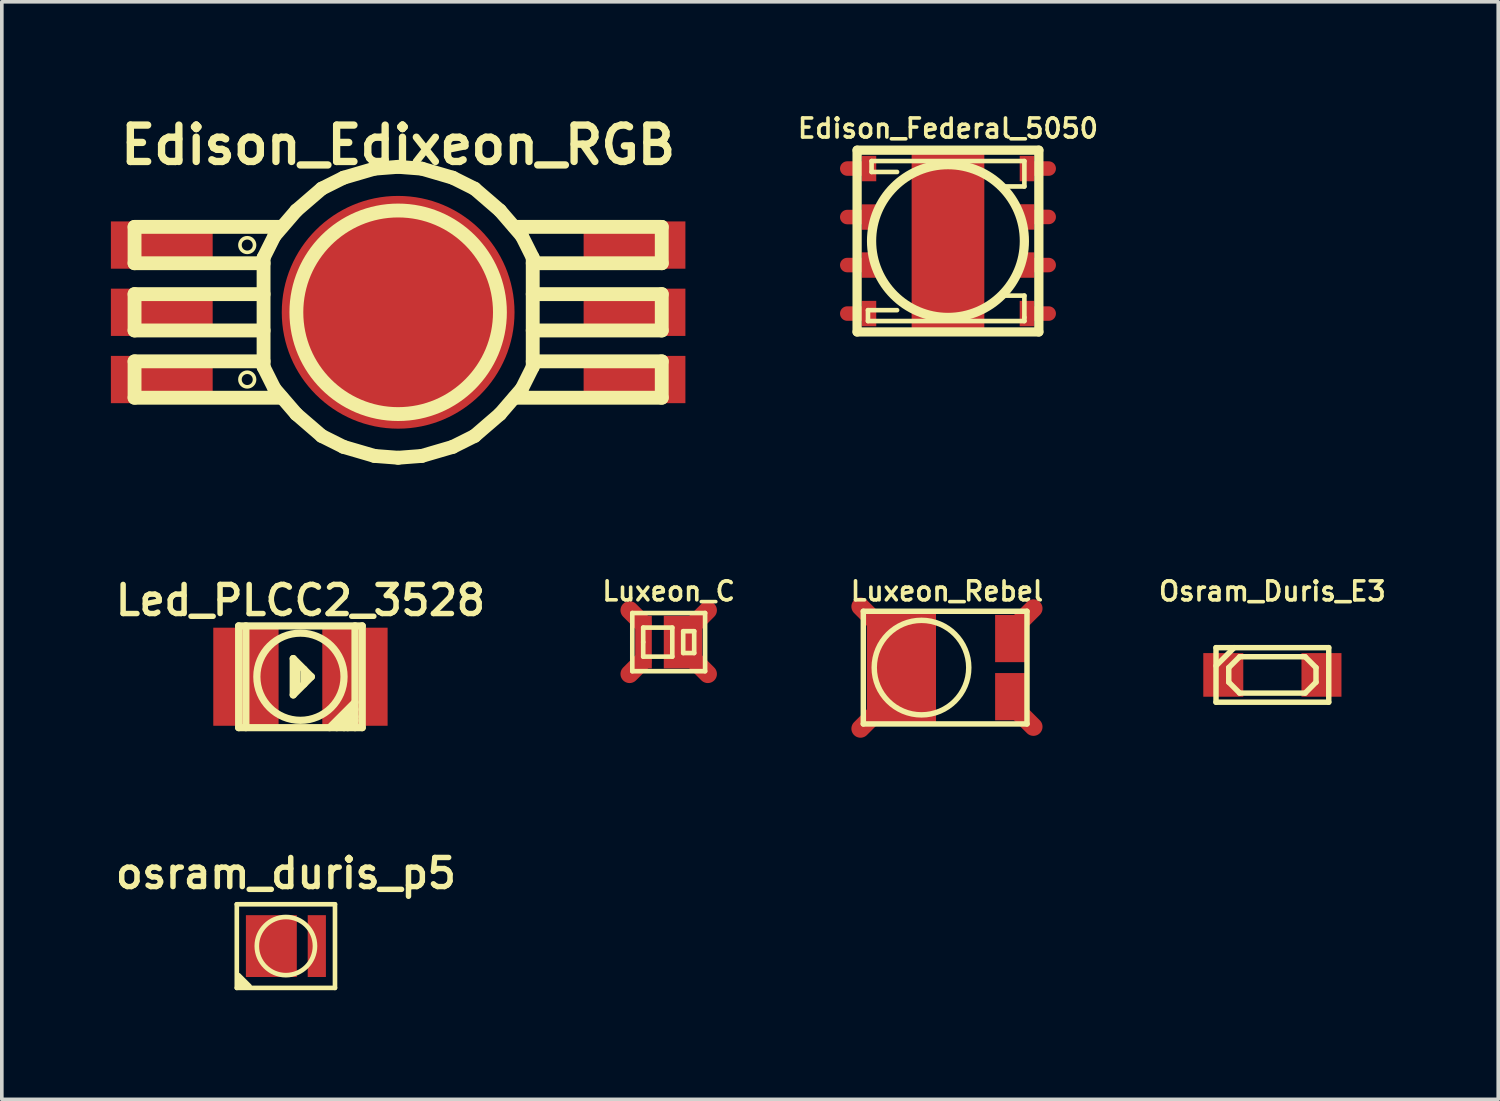
<source format=kicad_pcb>
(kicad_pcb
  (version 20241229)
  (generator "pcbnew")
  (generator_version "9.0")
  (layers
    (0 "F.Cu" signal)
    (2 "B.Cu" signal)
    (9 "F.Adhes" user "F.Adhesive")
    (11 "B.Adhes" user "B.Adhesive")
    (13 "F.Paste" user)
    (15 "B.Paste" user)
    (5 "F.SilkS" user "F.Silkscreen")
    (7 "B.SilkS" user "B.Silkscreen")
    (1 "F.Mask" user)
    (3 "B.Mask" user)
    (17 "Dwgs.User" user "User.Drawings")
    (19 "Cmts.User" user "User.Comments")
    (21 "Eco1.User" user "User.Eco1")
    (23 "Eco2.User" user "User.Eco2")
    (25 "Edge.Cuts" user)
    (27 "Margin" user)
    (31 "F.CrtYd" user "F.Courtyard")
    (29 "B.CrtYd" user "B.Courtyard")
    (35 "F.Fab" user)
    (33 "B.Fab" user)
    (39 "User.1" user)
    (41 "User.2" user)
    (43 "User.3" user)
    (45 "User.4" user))
  (footprint "Osram_Duris_E3"
    (layer "F.Cu")
    (at 31.94 15.51)
    (property "Reference" "Osram_Duris_E3" (at 0 -2.301 0) (layer "F.SilkS") (effects (font (size 0.523 0.523) (thickness 0.099))))
    (attr through_hole)
    (fp_line (start -1.55 -0.75) (end -1.55 0.75) (stroke (width 0.15) (type solid)) (layer "F.SilkS"))
    (fp_line (start -1.55 -0.25) (end -1.05 -0.75) (stroke (width 0.15) (type solid)) (layer "F.SilkS"))
    (fp_line (start -1.55 0.75) (end 1.55 0.75) (stroke (width 0.15) (type solid)) (layer "F.SilkS"))
    (fp_line (start -1.2 -0.2) (end -0.9 -0.5) (stroke (width 0.15) (type solid)) (layer "F.SilkS"))
    (fp_line (start -1.2 0.2) (end -1.2 -0.2) (stroke (width 0.15) (type solid)) (layer "F.SilkS"))
    (fp_line (start -0.9 -0.5) (end 0.9 -0.5) (stroke (width 0.15) (type solid)) (layer "F.SilkS"))
    (fp_line (start -0.9 0.5) (end -1.2 0.2) (stroke (width 0.15) (type solid)) (layer "F.SilkS"))
    (fp_line (start 0.9 -0.5) (end 1.2 -0.2) (stroke (width 0.15) (type solid)) (layer "F.SilkS"))
    (fp_line (start 0.9 0.5) (end -0.9 0.5) (stroke (width 0.15) (type solid)) (layer "F.SilkS"))
    (fp_line (start 1.2 -0.2) (end 1.2 0.2) (stroke (width 0.15) (type solid)) (layer "F.SilkS"))
    (fp_line (start 1.2 0.2) (end 0.9 0.5) (stroke (width 0.15) (type solid)) (layer "F.SilkS"))
    (fp_line (start 1.55 -0.75) (end -1.55 -0.75) (stroke (width 0.15) (type solid)) (layer "F.SilkS"))
    (fp_line (start 1.55 0.75) (end 1.55 -0.75) (stroke (width 0.15) (type solid)) (layer "F.SilkS"))
    (pad "1" smd rect (at 1.35 0) (size 1.1 1.2) (layers "F.Cu" "F.Mask" "F.Paste"))
    (pad "2" smd rect (at -1.35 0) (size 1.1 1.2) (layers "F.Cu" "F.Mask" "F.Paste")))
  (footprint "Led_PLCC2_3528"
    (layer "F.Cu")
    (at 5.212 15.56)
    (property "Reference" "Led_PLCC2_3528" (at 0 -2.101 0) (layer "F.SilkS") (effects (font (size 0.8 0.8) (thickness 0.15))))
    (attr through_hole)
    (fp_line (start -1.699 -1.4) (end -1.699 1.4) (stroke (width 0.198) (type solid)) (layer "F.SilkS"))
    (fp_line (start -1.699 1.4) (end 1.699 1.4) (stroke (width 0.198) (type solid)) (layer "F.SilkS"))
    (fp_line (start -1.501 -1.4) (end -1.501 1.4) (stroke (width 0.198) (type solid)) (layer "F.SilkS"))
    (fp_line (start -0.198 -0.5) (end -0.198 0.5) (stroke (width 0.198) (type solid)) (layer "F.SilkS"))
    (fp_line (start -0.198 0.5) (end 0.3 0) (stroke (width 0.198) (type solid)) (layer "F.SilkS"))
    (fp_line (start -0.099 0.3) (end -0.099 -0.3) (stroke (width 0.198) (type solid)) (layer "F.SilkS"))
    (fp_line (start 0.099 0.201) (end 0.099 -0.201) (stroke (width 0.198) (type solid)) (layer "F.SilkS"))
    (fp_line (start 0.3 0) (end -0.198 -0.5) (stroke (width 0.198) (type solid)) (layer "F.SilkS"))
    (fp_line (start 0.8 1.4) (end 1.499 0.701) (stroke (width 0.198) (type solid)) (layer "F.SilkS"))
    (fp_line (start 0.998 1.4) (end 1.499 0.899) (stroke (width 0.198) (type solid)) (layer "F.SilkS"))
    (fp_line (start 1.199 1.4) (end 1.499 1.1) (stroke (width 0.198) (type solid)) (layer "F.SilkS"))
    (fp_line (start 1.499 1.199) (end 1.3 1.4) (stroke (width 0.198) (type solid)) (layer "F.SilkS"))
    (fp_line (start 1.501 1.4) (end 1.501 -1.4) (stroke (width 0.198) (type solid)) (layer "F.SilkS"))
    (fp_line (start 1.699 -1.397) (end -1.699 -1.397) (stroke (width 0.198) (type solid)) (layer "F.SilkS"))
    (fp_line (start 1.699 1.4) (end 1.699 -1.4) (stroke (width 0.198) (type solid)) (layer "F.SilkS"))
    (fp_circle (center 0 0) (end -1.199 0) (stroke (width 0.198) (type solid)) (fill no) (layer "F.SilkS"))
    (pad "1" smd rect (at -1.499 0) (size 1.796 2.697) (layers "F.Cu" "F.Mask" "F.Paste"))
    (pad "2" smd rect (at 1.499 0) (size 1.796 2.697) (layers "F.Cu" "F.Mask" "F.Paste")))
  (footprint "Luxeon_C"
    (layer "F.Cu")
    (at 15.339 14.608)
    (property "Reference" "Luxeon_C" (at 0 -1.4 0) (layer "F.SilkS") (effects (font (size 0.523 0.523) (thickness 0.099))))
    (attr through_hole)
    (fp_line (start -1.001 -0.8) (end 1.001 -0.8) (stroke (width 0.127) (type solid)) (layer "F.SilkS"))
    (fp_line (start -1.001 0.8) (end -1.001 -0.8) (stroke (width 0.127) (type solid)) (layer "F.SilkS"))
    (fp_line (start -0.701 -0.399) (end 0.099 -0.399) (stroke (width 0.127) (type solid)) (layer "F.SilkS"))
    (fp_line (start -0.701 0) (end -0.701 -0.399) (stroke (width 0.127) (type solid)) (layer "F.SilkS"))
    (fp_line (start -0.701 0.399) (end -0.701 0) (stroke (width 0.127) (type solid)) (layer "F.SilkS"))
    (fp_line (start 0.099 -0.399) (end 0.099 0.399) (stroke (width 0.127) (type solid)) (layer "F.SilkS"))
    (fp_line (start 0.099 0.399) (end -0.701 0.399) (stroke (width 0.127) (type solid)) (layer "F.SilkS"))
    (fp_line (start 0.399 -0.3) (end 0.701 -0.3) (stroke (width 0.127) (type solid)) (layer "F.SilkS"))
    (fp_line (start 0.399 0.3) (end 0.399 -0.3) (stroke (width 0.127) (type solid)) (layer "F.SilkS"))
    (fp_line (start 0.701 -0.3) (end 0.701 0.3) (stroke (width 0.127) (type solid)) (layer "F.SilkS"))
    (fp_line (start 0.701 0.3) (end 0.399 0.3) (stroke (width 0.127) (type solid)) (layer "F.SilkS"))
    (fp_line (start 1.001 -0.8) (end 1.001 0.8) (stroke (width 0.127) (type solid)) (layer "F.SilkS"))
    (fp_line (start 1.001 0.8) (end -1.001 0.8) (stroke (width 0.127) (type solid)) (layer "F.SilkS"))
    (pad "1" smd rect (at 0.394 0) (size 1.059 1.448) (layers "F.Cu" "F.Mask" "F.Paste"))
    (pad "1" smd oval (at 0.899 -0.699 315) (size 0.5 1.001) (layers "F.Cu" "F.Mask"))
    (pad "1" smd oval (at 0.899 0.699 45) (size 0.5 1.001) (layers "F.Cu" "F.Mask"))
    (pad "2" smd oval (at -0.899 -0.699 45) (size 0.5 1.001) (layers "F.Cu" "F.Mask"))
    (pad "2" smd oval (at -0.899 0.699 315) (size 0.5 1.001) (layers "F.Cu" "F.Mask"))
    (pad "2" smd rect (at -0.693 0) (size 0.457 1.448) (layers "F.Cu" "F.Mask" "F.Paste")))
  (footprint "Luxeon_Rebel"
    (layer "F.Cu")
    (at 22.291 15.309)
    (property "Reference" "Luxeon_Rebel" (at 0.701 -2.101 0) (layer "F.SilkS") (effects (font (size 0.523 0.523) (thickness 0.099))))
    (attr through_hole)
    (fp_line (start -1.6 -1.549) (end -1.6 1.549) (stroke (width 0.15) (type solid)) (layer "F.SilkS"))
    (fp_line (start -1.6 1.549) (end 2.901 1.549) (stroke (width 0.15) (type solid)) (layer "F.SilkS"))
    (fp_line (start 2.901 -1.549) (end -1.6 -1.549) (stroke (width 0.15) (type solid)) (layer "F.SilkS"))
    (fp_line (start 2.901 1.549) (end 2.901 -1.549) (stroke (width 0.15) (type solid)) (layer "F.SilkS"))
    (fp_circle (center 0 0) (end 0 -1.3) (stroke (width 0.15) (type solid)) (fill no) (layer "F.SilkS"))
    (pad "1" smd rect (at 2.474 -0.8) (size 0.899 1.3) (layers "F.Cu" "F.Mask" "F.Paste"))
    (pad "1" smd oval (at 2.901 -1.45 315) (size 0.5 1.001) (layers "F.Cu" "F.Mask"))
    (pad "2" smd rect (at 2.474 0.8) (size 0.899 1.3) (layers "F.Cu" "F.Mask" "F.Paste"))
    (pad "2" smd oval (at 2.901 1.45 45) (size 0.5 1.001) (layers "F.Cu" "F.Mask"))
    (pad "3" smd oval (at -1.501 -1.501 45) (size 0.5 1.001) (layers "F.Cu" "F.Mask"))
    (pad "3" smd oval (at -1.501 1.501 315) (size 0.5 1.001) (layers "F.Cu" "F.Mask"))
    (pad "3" smd rect (at -0.551 0) (size 1.9 3) (layers "F.Cu" "F.Mask" "F.Paste")))
  (footprint "Edison_Edixeon_RGB"
    (layer "F.Cu")
    (at 7.899 5.538)
    (property "Reference" "Edison_Edixeon_RGB" (at 0 -4.6 0) (layer "F.SilkS") (effects (font (size 1.001 1.001) (thickness 0.201))))
    (attr through_hole)
    (fp_line (start -7.249 -2.349) (end -3.2 -2.349) (stroke (width 0.381) (type solid)) (layer "F.SilkS"))
    (fp_line (start -7.249 -1.349) (end -7.249 -2.349) (stroke (width 0.381) (type solid)) (layer "F.SilkS"))
    (fp_line (start -7.249 -0.5) (end -3.701 -0.5) (stroke (width 0.381) (type solid)) (layer "F.SilkS"))
    (fp_line (start -7.249 0.5) (end -7.249 -0.5) (stroke (width 0.381) (type solid)) (layer "F.SilkS"))
    (fp_line (start -7.249 1.349) (end -7.249 2.349) (stroke (width 0.381) (type solid)) (layer "F.SilkS"))
    (fp_line (start -7.249 2.349) (end -3.2 2.349) (stroke (width 0.381) (type solid)) (layer "F.SilkS"))
    (fp_line (start -3.701 -1.501) (end -3.401 -2.101) (stroke (width 0.381) (type solid)) (layer "F.SilkS"))
    (fp_line (start -3.701 -1.349) (end -7.249 -1.349) (stroke (width 0.381) (type solid)) (layer "F.SilkS"))
    (fp_line (start -3.701 0.5) (end -7.249 0.5) (stroke (width 0.381) (type solid)) (layer "F.SilkS"))
    (fp_line (start -3.701 1.349) (end -7.249 1.349) (stroke (width 0.381) (type solid)) (layer "F.SilkS"))
    (fp_line (start -3.701 1.501) (end -3.701 -1.501) (stroke (width 0.381) (type solid)) (layer "F.SilkS"))
    (fp_line (start -3.701 1.501) (end -3.401 2.101) (stroke (width 0.381) (type solid)) (layer "F.SilkS"))
    (fp_line (start -3.401 -2.101) (end -2.799 -2.799) (stroke (width 0.381) (type solid)) (layer "F.SilkS"))
    (fp_line (start -2.799 -2.799) (end -2.101 -3.401) (stroke (width 0.381) (type solid)) (layer "F.SilkS"))
    (fp_line (start -2.799 2.799) (end -3.401 2.101) (stroke (width 0.381) (type solid)) (layer "F.SilkS"))
    (fp_line (start -2.101 -3.401) (end -1.501 -3.701) (stroke (width 0.381) (type solid)) (layer "F.SilkS"))
    (fp_line (start -2.101 3.401) (end -2.799 2.799) (stroke (width 0.381) (type solid)) (layer "F.SilkS"))
    (fp_line (start -1.501 3.701) (end -2.101 3.401) (stroke (width 0.381) (type solid)) (layer "F.SilkS"))
    (fp_line (start -1.501 3.701) (end -0.65 3.95) (stroke (width 0.381) (type solid)) (layer "F.SilkS"))
    (fp_line (start -0.65 -3.95) (end -1.501 -3.701) (stroke (width 0.381) (type solid)) (layer "F.SilkS"))
    (fp_line (start -0.65 -3.95) (end 0 -4) (stroke (width 0.381) (type solid)) (layer "F.SilkS"))
    (fp_line (start -0.65 3.95) (end 0 4) (stroke (width 0.381) (type solid)) (layer "F.SilkS"))
    (fp_line (start 0 -4) (end 0.65 -3.95) (stroke (width 0.381) (type solid)) (layer "F.SilkS"))
    (fp_line (start 0.65 -3.95) (end 1.501 -3.701) (stroke (width 0.381) (type solid)) (layer "F.SilkS"))
    (fp_line (start 0.65 3.95) (end 0 4) (stroke (width 0.381) (type solid)) (layer "F.SilkS"))
    (fp_line (start 0.65 3.95) (end 1.501 3.701) (stroke (width 0.381) (type solid)) (layer "F.SilkS"))
    (fp_line (start 1.501 -3.701) (end 2.101 -3.401) (stroke (width 0.381) (type solid)) (layer "F.SilkS"))
    (fp_line (start 1.501 3.701) (end 2.101 3.401) (stroke (width 0.381) (type solid)) (layer "F.SilkS"))
    (fp_line (start 2.101 -3.401) (end 2.799 -2.799) (stroke (width 0.381) (type solid)) (layer "F.SilkS"))
    (fp_line (start 2.799 -2.799) (end 3.401 -2.101) (stroke (width 0.381) (type solid)) (layer "F.SilkS"))
    (fp_line (start 2.799 2.799) (end 2.101 3.401) (stroke (width 0.381) (type solid)) (layer "F.SilkS"))
    (fp_line (start 3.2 -2.349) (end 7.249 -2.349) (stroke (width 0.381) (type solid)) (layer "F.SilkS"))
    (fp_line (start 3.401 2.101) (end 2.799 2.799) (stroke (width 0.381) (type solid)) (layer "F.SilkS"))
    (fp_line (start 3.701 -1.501) (end 3.401 -2.101) (stroke (width 0.381) (type solid)) (layer "F.SilkS"))
    (fp_line (start 3.701 -1.501) (end 3.701 1.501) (stroke (width 0.381) (type solid)) (layer "F.SilkS"))
    (fp_line (start 3.701 -0.5) (end 7.249 -0.5) (stroke (width 0.381) (type solid)) (layer "F.SilkS"))
    (fp_line (start 3.701 1.349) (end 7.249 1.349) (stroke (width 0.381) (type solid)) (layer "F.SilkS"))
    (fp_line (start 3.701 1.501) (end 3.401 2.101) (stroke (width 0.381) (type solid)) (layer "F.SilkS"))
    (fp_line (start 7.249 -2.349) (end 7.249 -1.349) (stroke (width 0.381) (type solid)) (layer "F.SilkS"))
    (fp_line (start 7.249 -1.349) (end 3.701 -1.349) (stroke (width 0.381) (type solid)) (layer "F.SilkS"))
    (fp_line (start 7.249 -0.5) (end 7.249 0.5) (stroke (width 0.381) (type solid)) (layer "F.SilkS"))
    (fp_line (start 7.249 0.5) (end 3.701 0.5) (stroke (width 0.381) (type solid)) (layer "F.SilkS"))
    (fp_line (start 7.249 1.349) (end 7.249 2.349) (stroke (width 0.381) (type solid)) (layer "F.SilkS"))
    (fp_line (start 7.249 2.349) (end 3.2 2.349) (stroke (width 0.381) (type solid)) (layer "F.SilkS"))
    (fp_circle (center -4.15 -1.849) (end -4.351 -1.849) (stroke (width 0.099) (type solid)) (fill no) (layer "F.SilkS"))
    (fp_circle (center -4.15 1.849) (end -4.351 1.849) (stroke (width 0.099) (type solid)) (fill no) (layer "F.SilkS"))
    (fp_circle (center 0 0) (end -2.799 0) (stroke (width 0.381) (type solid)) (fill no) (layer "F.SilkS"))
    (pad "1" smd rect (at -6.5 -1.849) (size 2.799 1.3) (layers "F.Cu" "F.Mask" "F.Paste"))
    (pad "2" smd rect (at -6.5 1.849) (size 2.799 1.3) (layers "F.Cu" "F.Mask" "F.Paste"))
    (pad "3" smd rect (at -6.5 0) (size 2.799 1.3) (layers "F.Cu" "F.Mask" "F.Paste"))
    (pad "4" smd rect (at 6.5 0) (size 2.799 1.3) (layers "F.Cu" "F.Mask" "F.Paste"))
    (pad "5" smd rect (at 6.5 1.849) (size 2.799 1.3) (layers "F.Cu" "F.Mask" "F.Paste"))
    (pad "6" smd rect (at 6.5 -1.849) (size 2.799 1.3) (layers "F.Cu" "F.Mask" "F.Paste"))
    (pad "7" smd circle (at 0 0) (size 6.401 6.401) (layers "F.Cu" "F.Mask" "F.Paste")))
  (footprint "Edison_Federal_5050"
    (layer "F.Cu")
    (at 23.019 3.579)
    (property "Reference" "Edison_Federal_5050" (at 0 -3.099 0) (layer "F.SilkS") (effects (font (size 0.523 0.523) (thickness 0.099))))
    (attr smd)
    (fp_line (start -2.499 -2.499) (end -2.499 2.499) (stroke (width 0.254) (type solid)) (layer "F.SilkS"))
    (fp_line (start -2.499 2.499) (end 2.499 2.499) (stroke (width 0.254) (type solid)) (layer "F.SilkS"))
    (fp_line (start -2.2 1.9) (end -1.4 1.9) (stroke (width 0.127) (type solid)) (layer "F.SilkS"))
    (fp_line (start -2.2 2.2) (end -2.2 1.9) (stroke (width 0.127) (type solid)) (layer "F.SilkS"))
    (fp_line (start -2.101 -2.2) (end 2.101 -2.2) (stroke (width 0.127) (type solid)) (layer "F.SilkS"))
    (fp_line (start -2.101 -1.9) (end -2.101 -2.2) (stroke (width 0.127) (type solid)) (layer "F.SilkS"))
    (fp_line (start -1.4 -1.9) (end -2.101 -1.9) (stroke (width 0.127) (type solid)) (layer "F.SilkS"))
    (fp_line (start 1.501 1.501) (end 2.101 1.501) (stroke (width 0.127) (type solid)) (layer "F.SilkS"))
    (fp_line (start 2.101 -2.2) (end 2.101 -1.501) (stroke (width 0.127) (type solid)) (layer "F.SilkS"))
    (fp_line (start 2.101 -1.501) (end 1.4 -1.501) (stroke (width 0.127) (type solid)) (layer "F.SilkS"))
    (fp_line (start 2.101 1.501) (end 2.101 2.101) (stroke (width 0.127) (type solid)) (layer "F.SilkS"))
    (fp_line (start 2.101 2.101) (end 2.101 2.2) (stroke (width 0.127) (type solid)) (layer "F.SilkS"))
    (fp_line (start 2.101 2.2) (end -2.2 2.2) (stroke (width 0.127) (type solid)) (layer "F.SilkS"))
    (fp_line (start 2.499 -2.499) (end -2.499 -2.499) (stroke (width 0.254) (type solid)) (layer "F.SilkS"))
    (fp_line (start 2.499 2.499) (end 2.499 -2.499) (stroke (width 0.254) (type solid)) (layer "F.SilkS"))
    (fp_circle (center 0 0) (end -2.101 0) (stroke (width 0.254) (type solid)) (fill no) (layer "F.SilkS"))
    (pad "1" smd rect (at 2.172 -1.994) (size 0.399 0.699) (layers "F.Cu" "F.Mask" "F.Paste"))
    (pad "1" smd oval (at 2.57 -1.994) (size 0.798 0.399) (layers "F.Cu" "F.Mask"))
    (pad "2" smd rect (at 2.172 -0.663) (size 0.399 0.699) (layers "F.Cu" "F.Mask" "F.Paste"))
    (pad "2" smd oval (at 2.57 -0.663) (size 0.798 0.399) (layers "F.Cu" "F.Mask"))
    (pad "3" smd rect (at 2.172 0.66) (size 0.399 0.699) (layers "F.Cu" "F.Mask" "F.Paste"))
    (pad "3" smd oval (at 2.57 0.66) (size 0.798 0.399) (layers "F.Cu" "F.Mask"))
    (pad "4" smd rect (at 2.172 1.994) (size 0.399 0.699) (layers "F.Cu" "F.Mask" "F.Paste"))
    (pad "4" smd oval (at 2.57 1.994) (size 0.798 0.399) (layers "F.Cu" "F.Mask"))
    (pad "5" smd oval (at -2.57 -1.994) (size 0.798 0.399) (layers "F.Cu" "F.Mask"))
    (pad "5" smd rect (at -2.172 -1.994) (size 0.399 0.699) (layers "F.Cu" "F.Mask" "F.Paste"))
    (pad "6" smd oval (at -2.57 -0.66) (size 0.798 0.399) (layers "F.Cu" "F.Mask"))
    (pad "6" smd rect (at -2.172 -0.66) (size 0.399 0.699) (layers "F.Cu" "F.Mask" "F.Paste"))
    (pad "7" smd oval (at -2.57 0.66) (size 0.798 0.399) (layers "F.Cu" "F.Mask"))
    (pad "7" smd rect (at -2.172 0.66) (size 0.399 0.699) (layers "F.Cu" "F.Mask" "F.Paste"))
    (pad "8" smd oval (at -2.57 1.994) (size 0.798 0.399) (layers "F.Cu" "F.Mask"))
    (pad "8" smd rect (at -2.172 1.994) (size 0.399 0.699) (layers "F.Cu" "F.Mask" "F.Paste"))
    (pad "9" smd rect (at 0 0) (size 1.999 4.996) (layers "F.Cu" "F.Mask" "F.Paste")))
  (footprint "osram_duris_p5"
    (layer "F.Cu")
    (at 4.812 22.967)
    (property "Reference" "osram_duris_p5" (at 0 -1.999 0) (layer "F.SilkS") (effects (font (size 0.8 0.8) (thickness 0.15))))
    (attr through_hole)
    (fp_line (start -1.35 -1.15) (end -1.35 1.15) (stroke (width 0.127) (type solid)) (layer "F.SilkS"))
    (fp_line (start -1.35 1.15) (end 1.35 1.15) (stroke (width 0.127) (type solid)) (layer "F.SilkS"))
    (fp_line (start -1.3 0.8) (end -1 1.1) (stroke (width 0.127) (type solid)) (layer "F.SilkS"))
    (fp_line (start -1.3 0.9) (end -1.1 1.1) (stroke (width 0.127) (type solid)) (layer "F.SilkS"))
    (fp_line (start -1.2 1.1) (end -1.3 1) (stroke (width 0.127) (type solid)) (layer "F.SilkS"))
    (fp_line (start 1.35 -1.15) (end -1.35 -1.15) (stroke (width 0.127) (type solid)) (layer "F.SilkS"))
    (fp_line (start 1.35 1.15) (end 1.35 -1.15) (stroke (width 0.127) (type solid)) (layer "F.SilkS"))
    (fp_circle (center 0 0) (end 0.8 0) (stroke (width 0.127) (type solid)) (fill no) (layer "F.SilkS"))
    (pad "" smd rect (at -0.8 0) (size 0.45 1.5) (layers "F.Paste"))
    (pad "" smd rect (at -0.1 0) (size 0.6 1.5) (layers "F.Paste"))
    (pad "1" smd rect (at -0.4 0) (size 1.4 1.7) (layers "F.Cu" "F.Mask"))
    (pad "2" smd rect (at 0.85 0) (size 0.5 1.7) (layers "F.Cu" "F.Mask" "F.Paste")))
  (gr_rect
    (start -3 -3)
    (end 38.151 27.181)
    (stroke (width 0.1) (type default))
    (fill no)
    (layer "Edge.Cuts")))
</source>
